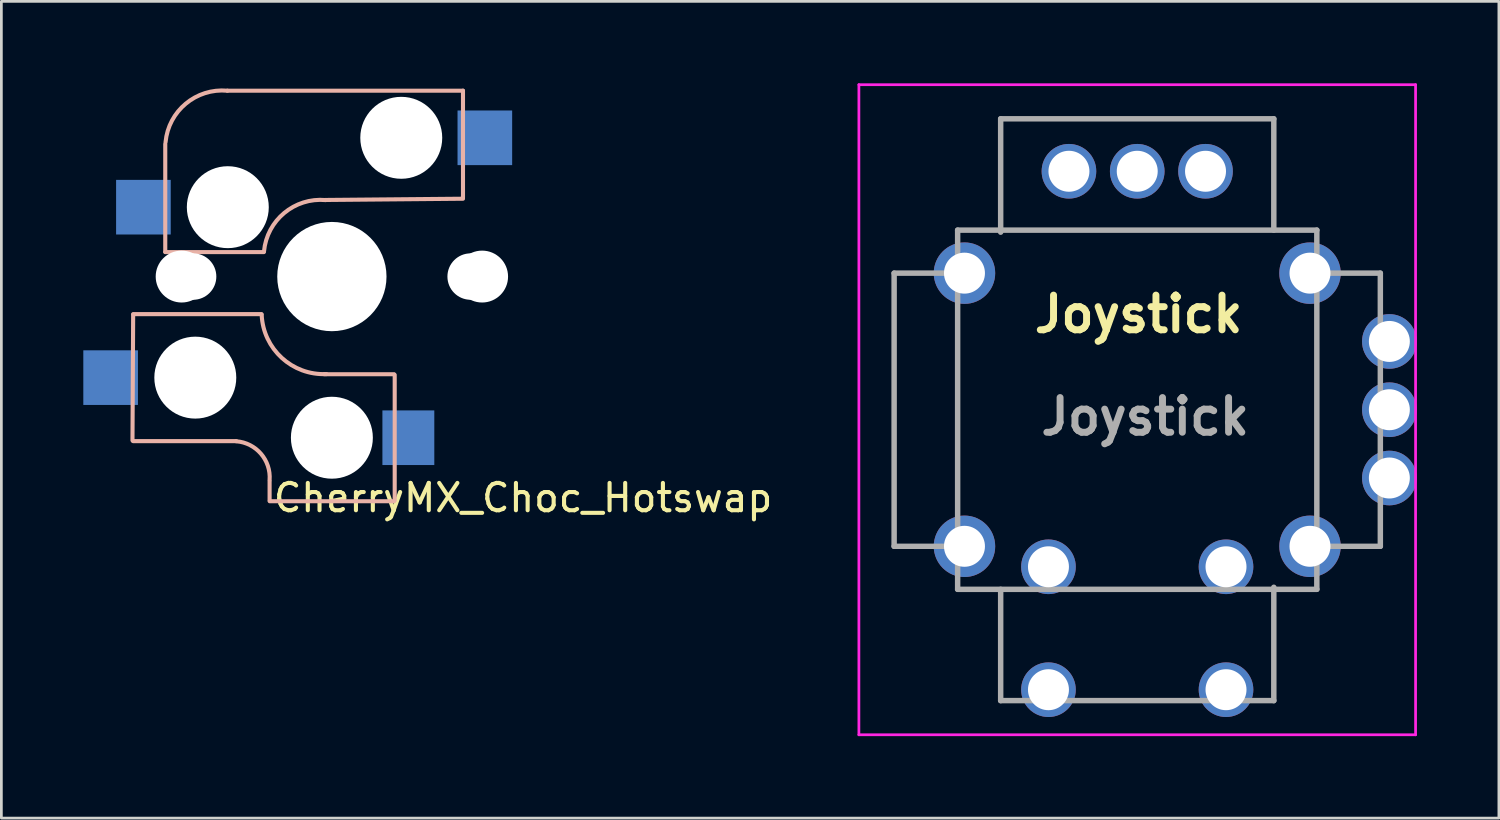
<source format=kicad_pcb>
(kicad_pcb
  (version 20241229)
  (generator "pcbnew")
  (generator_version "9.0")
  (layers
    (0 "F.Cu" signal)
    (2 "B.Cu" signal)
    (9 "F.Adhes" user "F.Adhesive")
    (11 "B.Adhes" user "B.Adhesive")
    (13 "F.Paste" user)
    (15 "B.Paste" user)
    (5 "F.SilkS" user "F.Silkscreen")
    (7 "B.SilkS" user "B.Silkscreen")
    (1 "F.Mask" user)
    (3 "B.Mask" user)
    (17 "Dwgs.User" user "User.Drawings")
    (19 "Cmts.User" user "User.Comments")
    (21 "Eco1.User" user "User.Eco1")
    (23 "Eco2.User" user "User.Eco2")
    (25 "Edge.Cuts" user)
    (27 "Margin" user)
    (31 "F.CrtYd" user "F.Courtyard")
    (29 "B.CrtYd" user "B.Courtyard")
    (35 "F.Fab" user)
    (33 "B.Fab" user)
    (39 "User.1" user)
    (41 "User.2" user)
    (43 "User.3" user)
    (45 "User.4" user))
  (footprint "CherryMX_Choc_Hotswap"
    (layer "F.Cu")
    (at 9.1 7.075)
    (property "Reference" "CherryMX_Choc_Hotswap" (at 7 8.1 0) (layer "F.SilkS") (effects (font (size 1 1) (thickness 0.15))))
    (attr through_hole)
    (fp_line (start -7.275 1.4) (end -7.3 6) (stroke (width 0.15) (type solid)) (layer "B.SilkS"))
    (fp_line (start -6.1 -4.85) (end -6.1 -0.905) (stroke (width 0.15) (type solid)) (layer "B.SilkS"))
    (fp_line (start -6.1 -0.896) (end -2.49 -0.896) (stroke (width 0.15) (type solid)) (layer "B.SilkS"))
    (fp_line (start -3.5 6.025) (end -7.275 6.025) (stroke (width 0.15) (type solid)) (layer "B.SilkS"))
    (fp_line (start -2.575 1.375) (end -7.275 1.375) (stroke (width 0.15) (type solid)) (layer "B.SilkS"))
    (fp_line (start -2.28 7.5) (end -2.28 8.2) (stroke (width 0.15) (type solid)) (layer "B.SilkS"))
    (fp_line (start 2.275 3.575) (end -0.275 3.575) (stroke (width 0.15) (type solid)) (layer "B.SilkS"))
    (fp_line (start 2.275 8.225) (end -2.275 8.225) (stroke (width 0.15) (type solid)) (layer "B.SilkS"))
    (fp_line (start 2.3 3.6) (end 2.3 8.2) (stroke (width 0.15) (type solid)) (layer "B.SilkS"))
    (fp_line (start 4.8 -6.804) (end -3.825 -6.804) (stroke (width 0.15) (type solid)) (layer "B.SilkS"))
    (fp_line (start 4.8 -2.896) (end 4.8 -6.804) (stroke (width 0.15) (type solid)) (layer "B.SilkS"))
    (fp_line (start 4.8 -2.85) (end -0.25 -2.804) (stroke (width 0.15) (type solid)) (layer "B.SilkS"))
    (fp_arc (start -6.089 -4.92) (mid -5.347189 -6.33089) (end -3.825 -6.804) (stroke (width 0.15) (type solid)) (layer "B.SilkS"))
    (fp_arc (start -3.5 6.03) (mid -2.595908 6.48733) (end -2.28 7.45) (stroke (width 0.15) (type solid)) (layer "B.SilkS"))
    (fp_arc (start -2.485 -0.92) (mid -1.744361 -2.328061) (end -0.225 -2.8) (stroke (width 0.15) (type solid)) (layer "B.SilkS"))
    (fp_arc (start -0.2 3.57) (mid -1.834422 2.975843) (end -2.57 1.4) (stroke (width 0.15) (type solid)) (layer "B.SilkS"))
    (fp_line (start -7 -7) (end 7 -7) (stroke (width 0.15) (type solid)) (layer "Eco2.User"))
    (fp_line (start -7 7) (end -7 -7) (stroke (width 0.15) (type solid)) (layer "Eco2.User"))
    (fp_line (start 7 -7) (end 7 7) (stroke (width 0.15) (type solid)) (layer "Eco2.User"))
    (fp_line (start 7 7) (end -7 7) (stroke (width 0.15) (type solid)) (layer "Eco2.User"))
    (pad "" np_thru_hole circle (at -5.5 0 90) (size 1.9 1.9) (drill 1.9) (layers "*.Cu" "*.Mask"))
    (pad "" np_thru_hole circle (at -5.08 0) (size 1.7 1.7) (drill 1.7) (layers "*.Cu" "*.Mask"))
    (pad "" np_thru_hole circle (at -5 3.7 90) (size 3 3) (drill 3) (layers "*.Cu" "*.Mask"))
    (pad "" np_thru_hole circle (at -3.81 -2.54 180) (size 3 3) (drill 3) (layers "*.Cu" "*.Mask"))
    (pad "" np_thru_hole circle (at 0 0 90) (size 4 4) (drill 4) (layers "*.Cu" "*.Mask"))
    (pad "" np_thru_hole circle (at 0 5.9 90) (size 3 3) (drill 3) (layers "*.Cu" "*.Mask"))
    (pad "" np_thru_hole circle (at 2.54 -5.08 180) (size 3 3) (drill 3) (layers "*.Cu" "*.Mask"))
    (pad "" np_thru_hole circle (at 5.08 0) (size 1.7 1.7) (drill 1.7) (layers "*.Cu" "*.Mask"))
    (pad "" np_thru_hole circle (at 5.5 0 90) (size 1.9 1.9) (drill 1.9) (layers "*.Cu" "*.Mask"))
    (pad "1" smd rect (at -8.1 3.7 180) (size 2 2) (layers "B.Cu" "B.Mask" "B.Paste"))
    (pad "1" smd rect (at -6.9 -2.54 180) (size 2 2) (layers "B.Cu" "B.Mask" "B.Paste"))
    (pad "2" smd rect (at 2.8 5.9 180) (size 1.9 2) (layers "B.Cu" "B.Mask" "B.Paste"))
    (pad "2" smd rect (at 5.6 -5.08 180) (size 2 2) (layers "B.Cu" "B.Mask" "B.Paste")))
  (footprint "Joystick"
    (layer "F.Cu")
    (at 38.584 11.95)
    (property "Reference" "Joystick" (at 0.05 -3.5 0) (layer "F.SilkS") (effects (font (size 1.27 1.27) (thickness 0.254))))
    (attr through_hole)
    (fp_line (start -10.19 -11.9) (end 10.19 -11.9) (stroke (width 0.1) (type solid)) (layer "F.CrtYd"))
    (fp_line (start -10.19 11.9) (end -10.19 -11.9) (stroke (width 0.1) (type solid)) (layer "F.CrtYd"))
    (fp_line (start 10.19 -11.9) (end 10.19 11.9) (stroke (width 0.1) (type solid)) (layer "F.CrtYd"))
    (fp_line (start 10.19 11.9) (end -10.19 11.9) (stroke (width 0.1) (type solid)) (layer "F.CrtYd"))
    (fp_line (start -8.9 -5) (end -6.5 -5) (stroke (width 0.2) (type solid)) (layer "F.Fab"))
    (fp_line (start -8.9 5) (end -8.9 -5) (stroke (width 0.2) (type solid)) (layer "F.Fab"))
    (fp_line (start -6.575 -6.575) (end -6.575 6.575) (stroke (width 0.2) (type solid)) (layer "F.Fab"))
    (fp_line (start -6.575 5) (end -8.9 5) (stroke (width 0.2) (type solid)) (layer "F.Fab"))
    (fp_line (start -6.575 6.575) (end 6.575 6.575) (stroke (width 0.2) (type solid)) (layer "F.Fab"))
    (fp_line (start -5 -10.65) (end 5 -10.65) (stroke (width 0.2) (type solid)) (layer "F.Fab"))
    (fp_line (start -5 -6.5) (end -5 -10.65) (stroke (width 0.2) (type solid)) (layer "F.Fab"))
    (fp_line (start -5 6.575) (end -5 10.65) (stroke (width 0.2) (type solid)) (layer "F.Fab"))
    (fp_line (start -5 10.65) (end 5 10.65) (stroke (width 0.2) (type solid)) (layer "F.Fab"))
    (fp_line (start 5 -10.65) (end 5 -6.575) (stroke (width 0.2) (type solid)) (layer "F.Fab"))
    (fp_line (start 5 10.65) (end 5 6.5) (stroke (width 0.2) (type solid)) (layer "F.Fab"))
    (fp_line (start 6.575 -6.575) (end -6.575 -6.575) (stroke (width 0.2) (type solid)) (layer "F.Fab"))
    (fp_line (start 6.575 -5) (end 8.9 -5) (stroke (width 0.2) (type solid)) (layer "F.Fab"))
    (fp_line (start 6.575 6.575) (end 6.575 -6.575) (stroke (width 0.2) (type solid)) (layer "F.Fab"))
    (fp_line (start 8.9 -5) (end 8.9 5) (stroke (width 0.2) (type solid)) (layer "F.Fab"))
    (fp_line (start 8.9 5) (end 6.575 5) (stroke (width 0.2) (type solid)) (layer "F.Fab"))
    (fp_text user "${REFERENCE}" (at 0.29 0.25 0) (layer "F.Fab") (effects (font (size 1.27 1.27) (thickness 0.254))))
    (pad "B1" thru_hole circle (at -3.25 10.25) (size 2 2) (drill 1.5) (layers "*.Cu" "*.Mask"))
    (pad "B1" thru_hole circle (at 3.25 10.25) (size 2 2) (drill 1.5) (layers "*.Cu" "*.Mask"))
    (pad "B2" thru_hole circle (at -3.25 5.75) (size 2 2) (drill 1.5) (layers "*.Cu" "*.Mask"))
    (pad "B2" thru_hole circle (at 3.25 5.75) (size 2 2) (drill 1.5) (layers "*.Cu" "*.Mask"))
    (pad "SH" thru_hole circle (at -6.325 -5) (size 2.25 2.25) (drill 1.5) (layers "*.Cu" "*.Mask"))
    (pad "SH" thru_hole circle (at -6.325 5) (size 2.25 2.25) (drill 1.5) (layers "*.Cu" "*.Mask"))
    (pad "SH" thru_hole circle (at 6.325 -5) (size 2.25 2.25) (drill 1.5) (layers "*.Cu" "*.Mask"))
    (pad "SH" thru_hole circle (at 6.325 5) (size 2.25 2.25) (drill 1.5) (layers "*.Cu" "*.Mask"))
    (pad "VR11" thru_hole circle (at 9.23 2.5) (size 2 2) (drill 1.5) (layers "*.Cu" "*.Mask"))
    (pad "VR12" thru_hole circle (at 9.23 0) (size 2 2) (drill 1.5) (layers "*.Cu" "*.Mask"))
    (pad "VR13" thru_hole circle (at 9.23 -2.5) (size 2 2) (drill 1.5) (layers "*.Cu" "*.Mask"))
    (pad "VR21" thru_hole circle (at 2.5 -8.73) (size 2 2) (drill 1.5) (layers "*.Cu" "*.Mask"))
    (pad "VR22" thru_hole circle (at 0 -8.73) (size 2 2) (drill 1.5) (layers "*.Cu" "*.Mask"))
    (pad "VR23" thru_hole circle (at -2.5 -8.73) (size 2 2) (drill 1.5) (layers "*.Cu" "*.Mask")))
  (gr_rect
    (start -3 -3)
    (end 51.824 26.9)
    (stroke (width 0.1) (type default))
    (fill no)
    (layer "Edge.Cuts")))
</source>
